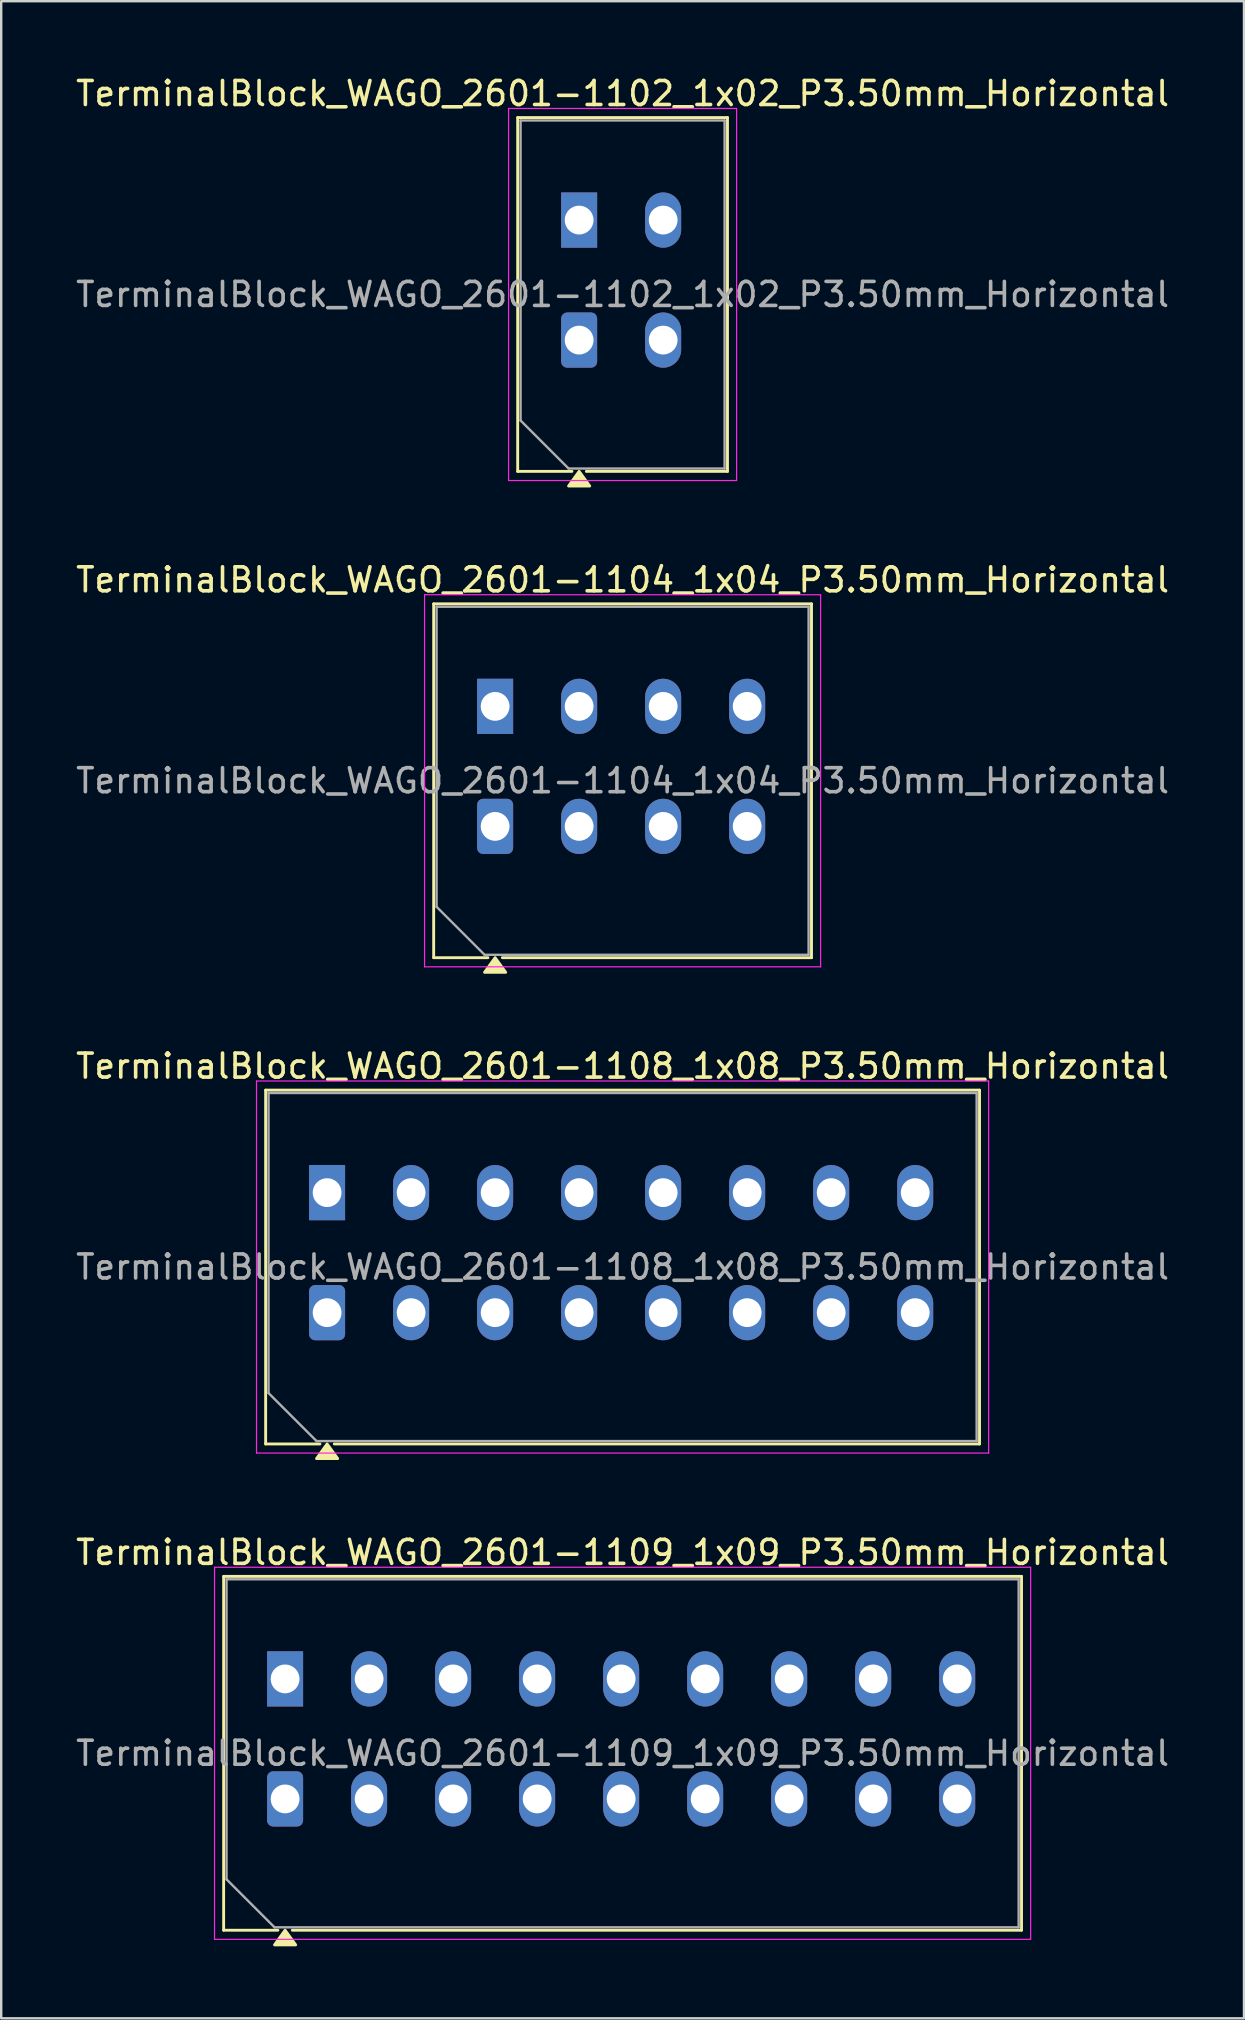
<source format=kicad_pcb>
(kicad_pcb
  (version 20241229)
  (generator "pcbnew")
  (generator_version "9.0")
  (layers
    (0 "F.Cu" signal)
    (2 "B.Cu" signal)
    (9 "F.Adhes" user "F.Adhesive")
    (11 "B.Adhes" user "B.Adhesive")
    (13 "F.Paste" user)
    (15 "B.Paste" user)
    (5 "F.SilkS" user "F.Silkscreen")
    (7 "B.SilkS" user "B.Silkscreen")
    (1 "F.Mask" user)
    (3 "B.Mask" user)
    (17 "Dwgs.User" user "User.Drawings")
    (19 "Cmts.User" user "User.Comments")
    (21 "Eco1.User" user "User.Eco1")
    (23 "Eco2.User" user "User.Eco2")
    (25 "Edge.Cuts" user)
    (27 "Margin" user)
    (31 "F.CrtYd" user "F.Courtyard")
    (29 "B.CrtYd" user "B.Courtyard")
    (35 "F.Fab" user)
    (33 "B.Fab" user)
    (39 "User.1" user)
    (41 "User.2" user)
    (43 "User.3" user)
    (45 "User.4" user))
  (footprint "TerminalBlock_WAGO_2601-1104_1x04_P3.50mm_Horizontal"
    (layer "F.Cu")
    (at 17.577 31.377)
    (property "Reference" "TerminalBlock_WAGO_2601-1104_1x04_P3.50mm_Horizontal" (at 5.31 -10.27 0) (layer "F.SilkS") (effects (font (size 1 1) (thickness 0.15))))
    (attr through_hole)
    (fp_line (start -2.56 -9.27) (end -2.56 5.47) (stroke (width 0.12) (type solid)) (layer "F.SilkS"))
    (fp_line (start -2.56 -9.27) (end 13.18 -9.27) (stroke (width 0.12) (type solid)) (layer "F.SilkS"))
    (fp_line (start -2.56 5.47) (end -0.3 5.47) (stroke (width 0.12) (type solid)) (layer "F.SilkS"))
    (fp_line (start 0.3 5.47) (end 13.18 5.47) (stroke (width 0.12) (type solid)) (layer "F.SilkS"))
    (fp_line (start 13.18 -9.27) (end 13.18 5.47) (stroke (width 0.12) (type solid)) (layer "F.SilkS"))
    (fp_poly (pts (xy 0 5.47) (xy 0.44 6.08) (xy -0.44 6.08)) (stroke (width 0.12) (type solid)) (fill yes) (layer "F.SilkS"))
    (fp_line (start -2.94 -9.65) (end -2.94 5.85) (stroke (width 0.05) (type solid)) (layer "F.CrtYd"))
    (fp_line (start -2.94 5.85) (end 13.56 5.85) (stroke (width 0.05) (type solid)) (layer "F.CrtYd"))
    (fp_line (start 13.56 -9.65) (end -2.94 -9.65) (stroke (width 0.05) (type solid)) (layer "F.CrtYd"))
    (fp_line (start 13.56 5.85) (end 13.56 -9.65) (stroke (width 0.05) (type solid)) (layer "F.CrtYd"))
    (fp_line (start -2.44 -9.15) (end 13.06 -9.15) (stroke (width 0.1) (type solid)) (layer "F.Fab"))
    (fp_line (start -2.44 3.35) (end -2.44 -9.15) (stroke (width 0.1) (type solid)) (layer "F.Fab"))
    (fp_line (start -0.44 5.35) (end -2.44 3.35) (stroke (width 0.1) (type solid)) (layer "F.Fab"))
    (fp_line (start 13.06 -9.15) (end 13.06 5.35) (stroke (width 0.1) (type solid)) (layer "F.Fab"))
    (fp_line (start 13.06 5.35) (end -0.44 5.35) (stroke (width 0.1) (type solid)) (layer "F.Fab"))
    (fp_text user "${REFERENCE}" (at 5.31 -1.9 0) (layer "F.Fab") (effects (font (size 1 1) (thickness 0.15))))
    (pad "1" thru_hole rect (at 0 -5) (size 1.5 2.3) (drill 1.2) (layers "*.Cu" "*.Mask"))
    (pad "1" thru_hole roundrect (at 0 0) (size 1.5 2.3) (drill 1.2) (layers "*.Cu" "*.Mask") (roundrect_rratio 0.167))
    (pad "2" thru_hole oval (at 3.5 -5) (size 1.5 2.3) (drill 1.2) (layers "*.Cu" "*.Mask"))
    (pad "2" thru_hole oval (at 3.5 0) (size 1.5 2.3) (drill 1.2) (layers "*.Cu" "*.Mask"))
    (pad "3" thru_hole oval (at 7 -5) (size 1.5 2.3) (drill 1.2) (layers "*.Cu" "*.Mask"))
    (pad "3" thru_hole oval (at 7 0) (size 1.5 2.3) (drill 1.2) (layers "*.Cu" "*.Mask"))
    (pad "4" thru_hole oval (at 10.5 -5) (size 1.5 2.3) (drill 1.2) (layers "*.Cu" "*.Mask"))
    (pad "4" thru_hole oval (at 10.5 0) (size 1.5 2.3) (drill 1.2) (layers "*.Cu" "*.Mask")))
  (footprint "TerminalBlock_WAGO_2601-1102_1x02_P3.50mm_Horizontal"
    (layer "F.Cu")
    (at 21.077 11.118)
    (property "Reference" "TerminalBlock_WAGO_2601-1102_1x02_P3.50mm_Horizontal" (at 1.81 -10.27 0) (layer "F.SilkS") (effects (font (size 1 1) (thickness 0.15))))
    (attr through_hole)
    (fp_line (start -2.56 -9.27) (end -2.56 5.47) (stroke (width 0.12) (type solid)) (layer "F.SilkS"))
    (fp_line (start -2.56 -9.27) (end 6.18 -9.27) (stroke (width 0.12) (type solid)) (layer "F.SilkS"))
    (fp_line (start -2.56 5.47) (end -0.3 5.47) (stroke (width 0.12) (type solid)) (layer "F.SilkS"))
    (fp_line (start 0.3 5.47) (end 6.18 5.47) (stroke (width 0.12) (type solid)) (layer "F.SilkS"))
    (fp_line (start 6.18 -9.27) (end 6.18 5.47) (stroke (width 0.12) (type solid)) (layer "F.SilkS"))
    (fp_poly (pts (xy 0 5.47) (xy 0.44 6.08) (xy -0.44 6.08)) (stroke (width 0.12) (type solid)) (fill yes) (layer "F.SilkS"))
    (fp_line (start -2.94 -9.65) (end -2.94 5.85) (stroke (width 0.05) (type solid)) (layer "F.CrtYd"))
    (fp_line (start -2.94 5.85) (end 6.56 5.85) (stroke (width 0.05) (type solid)) (layer "F.CrtYd"))
    (fp_line (start 6.56 -9.65) (end -2.94 -9.65) (stroke (width 0.05) (type solid)) (layer "F.CrtYd"))
    (fp_line (start 6.56 5.85) (end 6.56 -9.65) (stroke (width 0.05) (type solid)) (layer "F.CrtYd"))
    (fp_line (start -2.44 -9.15) (end 6.06 -9.15) (stroke (width 0.1) (type solid)) (layer "F.Fab"))
    (fp_line (start -2.44 3.35) (end -2.44 -9.15) (stroke (width 0.1) (type solid)) (layer "F.Fab"))
    (fp_line (start -0.44 5.35) (end -2.44 3.35) (stroke (width 0.1) (type solid)) (layer "F.Fab"))
    (fp_line (start 6.06 -9.15) (end 6.06 5.35) (stroke (width 0.1) (type solid)) (layer "F.Fab"))
    (fp_line (start 6.06 5.35) (end -0.44 5.35) (stroke (width 0.1) (type solid)) (layer "F.Fab"))
    (fp_text user "${REFERENCE}" (at 1.81 -1.9 0) (layer "F.Fab") (effects (font (size 1 1) (thickness 0.15))))
    (pad "1" thru_hole rect (at 0 -5) (size 1.5 2.3) (drill 1.2) (layers "*.Cu" "*.Mask"))
    (pad "1" thru_hole roundrect (at 0 0) (size 1.5 2.3) (drill 1.2) (layers "*.Cu" "*.Mask") (roundrect_rratio 0.167))
    (pad "2" thru_hole oval (at 3.5 -5) (size 1.5 2.3) (drill 1.2) (layers "*.Cu" "*.Mask"))
    (pad "2" thru_hole oval (at 3.5 0) (size 1.5 2.3) (drill 1.2) (layers "*.Cu" "*.Mask")))
  (footprint "TerminalBlock_WAGO_2601-1109_1x09_P3.50mm_Horizontal"
    (layer "F.Cu")
    (at 8.827 71.893)
    (property "Reference" "TerminalBlock_WAGO_2601-1109_1x09_P3.50mm_Horizontal" (at 14.06 -10.27 0) (layer "F.SilkS") (effects (font (size 1 1) (thickness 0.15))))
    (attr through_hole)
    (fp_line (start -2.56 -9.27) (end -2.56 5.47) (stroke (width 0.12) (type solid)) (layer "F.SilkS"))
    (fp_line (start -2.56 -9.27) (end 30.68 -9.27) (stroke (width 0.12) (type solid)) (layer "F.SilkS"))
    (fp_line (start -2.56 5.47) (end -0.3 5.47) (stroke (width 0.12) (type solid)) (layer "F.SilkS"))
    (fp_line (start 0.3 5.47) (end 30.68 5.47) (stroke (width 0.12) (type solid)) (layer "F.SilkS"))
    (fp_line (start 30.68 -9.27) (end 30.68 5.47) (stroke (width 0.12) (type solid)) (layer "F.SilkS"))
    (fp_poly (pts (xy 0 5.47) (xy 0.44 6.08) (xy -0.44 6.08)) (stroke (width 0.12) (type solid)) (fill yes) (layer "F.SilkS"))
    (fp_line (start -2.94 -9.65) (end -2.94 5.85) (stroke (width 0.05) (type solid)) (layer "F.CrtYd"))
    (fp_line (start -2.94 5.85) (end 31.06 5.85) (stroke (width 0.05) (type solid)) (layer "F.CrtYd"))
    (fp_line (start 31.06 -9.65) (end -2.94 -9.65) (stroke (width 0.05) (type solid)) (layer "F.CrtYd"))
    (fp_line (start 31.06 5.85) (end 31.06 -9.65) (stroke (width 0.05) (type solid)) (layer "F.CrtYd"))
    (fp_line (start -2.44 -9.15) (end 30.56 -9.15) (stroke (width 0.1) (type solid)) (layer "F.Fab"))
    (fp_line (start -2.44 3.35) (end -2.44 -9.15) (stroke (width 0.1) (type solid)) (layer "F.Fab"))
    (fp_line (start -0.44 5.35) (end -2.44 3.35) (stroke (width 0.1) (type solid)) (layer "F.Fab"))
    (fp_line (start 30.56 -9.15) (end 30.56 5.35) (stroke (width 0.1) (type solid)) (layer "F.Fab"))
    (fp_line (start 30.56 5.35) (end -0.44 5.35) (stroke (width 0.1) (type solid)) (layer "F.Fab"))
    (fp_text user "${REFERENCE}" (at 14.06 -1.9 0) (layer "F.Fab") (effects (font (size 1 1) (thickness 0.15))))
    (pad "1" thru_hole rect (at 0 -5) (size 1.5 2.3) (drill 1.2) (layers "*.Cu" "*.Mask"))
    (pad "1" thru_hole roundrect (at 0 0) (size 1.5 2.3) (drill 1.2) (layers "*.Cu" "*.Mask") (roundrect_rratio 0.167))
    (pad "2" thru_hole oval (at 3.5 -5) (size 1.5 2.3) (drill 1.2) (layers "*.Cu" "*.Mask"))
    (pad "2" thru_hole oval (at 3.5 0) (size 1.5 2.3) (drill 1.2) (layers "*.Cu" "*.Mask"))
    (pad "3" thru_hole oval (at 7 -5) (size 1.5 2.3) (drill 1.2) (layers "*.Cu" "*.Mask"))
    (pad "3" thru_hole oval (at 7 0) (size 1.5 2.3) (drill 1.2) (layers "*.Cu" "*.Mask"))
    (pad "4" thru_hole oval (at 10.5 -5) (size 1.5 2.3) (drill 1.2) (layers "*.Cu" "*.Mask"))
    (pad "4" thru_hole oval (at 10.5 0) (size 1.5 2.3) (drill 1.2) (layers "*.Cu" "*.Mask"))
    (pad "5" thru_hole oval (at 14 -5) (size 1.5 2.3) (drill 1.2) (layers "*.Cu" "*.Mask"))
    (pad "5" thru_hole oval (at 14 0) (size 1.5 2.3) (drill 1.2) (layers "*.Cu" "*.Mask"))
    (pad "6" thru_hole oval (at 17.5 -5) (size 1.5 2.3) (drill 1.2) (layers "*.Cu" "*.Mask"))
    (pad "6" thru_hole oval (at 17.5 0) (size 1.5 2.3) (drill 1.2) (layers "*.Cu" "*.Mask"))
    (pad "7" thru_hole oval (at 21 -5) (size 1.5 2.3) (drill 1.2) (layers "*.Cu" "*.Mask"))
    (pad "7" thru_hole oval (at 21 0) (size 1.5 2.3) (drill 1.2) (layers "*.Cu" "*.Mask"))
    (pad "8" thru_hole oval (at 24.5 -5) (size 1.5 2.3) (drill 1.2) (layers "*.Cu" "*.Mask"))
    (pad "8" thru_hole oval (at 24.5 0) (size 1.5 2.3) (drill 1.2) (layers "*.Cu" "*.Mask"))
    (pad "9" thru_hole oval (at 28 -5) (size 1.5 2.3) (drill 1.2) (layers "*.Cu" "*.Mask"))
    (pad "9" thru_hole oval (at 28 0) (size 1.5 2.3) (drill 1.2) (layers "*.Cu" "*.Mask")))
  (footprint "TerminalBlock_WAGO_2601-1108_1x08_P3.50mm_Horizontal"
    (layer "F.Cu")
    (at 10.577 51.635)
    (property "Reference" "TerminalBlock_WAGO_2601-1108_1x08_P3.50mm_Horizontal" (at 12.31 -10.27 0) (layer "F.SilkS") (effects (font (size 1 1) (thickness 0.15))))
    (attr through_hole)
    (fp_line (start -2.56 -9.27) (end -2.56 5.47) (stroke (width 0.12) (type solid)) (layer "F.SilkS"))
    (fp_line (start -2.56 -9.27) (end 27.18 -9.27) (stroke (width 0.12) (type solid)) (layer "F.SilkS"))
    (fp_line (start -2.56 5.47) (end -0.3 5.47) (stroke (width 0.12) (type solid)) (layer "F.SilkS"))
    (fp_line (start 0.3 5.47) (end 27.18 5.47) (stroke (width 0.12) (type solid)) (layer "F.SilkS"))
    (fp_line (start 27.18 -9.27) (end 27.18 5.47) (stroke (width 0.12) (type solid)) (layer "F.SilkS"))
    (fp_poly (pts (xy 0 5.47) (xy 0.44 6.08) (xy -0.44 6.08)) (stroke (width 0.12) (type solid)) (fill yes) (layer "F.SilkS"))
    (fp_line (start -2.94 -9.65) (end -2.94 5.85) (stroke (width 0.05) (type solid)) (layer "F.CrtYd"))
    (fp_line (start -2.94 5.85) (end 27.56 5.85) (stroke (width 0.05) (type solid)) (layer "F.CrtYd"))
    (fp_line (start 27.56 -9.65) (end -2.94 -9.65) (stroke (width 0.05) (type solid)) (layer "F.CrtYd"))
    (fp_line (start 27.56 5.85) (end 27.56 -9.65) (stroke (width 0.05) (type solid)) (layer "F.CrtYd"))
    (fp_line (start -2.44 -9.15) (end 27.06 -9.15) (stroke (width 0.1) (type solid)) (layer "F.Fab"))
    (fp_line (start -2.44 3.35) (end -2.44 -9.15) (stroke (width 0.1) (type solid)) (layer "F.Fab"))
    (fp_line (start -0.44 5.35) (end -2.44 3.35) (stroke (width 0.1) (type solid)) (layer "F.Fab"))
    (fp_line (start 27.06 -9.15) (end 27.06 5.35) (stroke (width 0.1) (type solid)) (layer "F.Fab"))
    (fp_line (start 27.06 5.35) (end -0.44 5.35) (stroke (width 0.1) (type solid)) (layer "F.Fab"))
    (fp_text user "${REFERENCE}" (at 12.31 -1.9 0) (layer "F.Fab") (effects (font (size 1 1) (thickness 0.15))))
    (pad "1" thru_hole rect (at 0 -5) (size 1.5 2.3) (drill 1.2) (layers "*.Cu" "*.Mask"))
    (pad "1" thru_hole roundrect (at 0 0) (size 1.5 2.3) (drill 1.2) (layers "*.Cu" "*.Mask") (roundrect_rratio 0.167))
    (pad "2" thru_hole oval (at 3.5 -5) (size 1.5 2.3) (drill 1.2) (layers "*.Cu" "*.Mask"))
    (pad "2" thru_hole oval (at 3.5 0) (size 1.5 2.3) (drill 1.2) (layers "*.Cu" "*.Mask"))
    (pad "3" thru_hole oval (at 7 -5) (size 1.5 2.3) (drill 1.2) (layers "*.Cu" "*.Mask"))
    (pad "3" thru_hole oval (at 7 0) (size 1.5 2.3) (drill 1.2) (layers "*.Cu" "*.Mask"))
    (pad "4" thru_hole oval (at 10.5 -5) (size 1.5 2.3) (drill 1.2) (layers "*.Cu" "*.Mask"))
    (pad "4" thru_hole oval (at 10.5 0) (size 1.5 2.3) (drill 1.2) (layers "*.Cu" "*.Mask"))
    (pad "5" thru_hole oval (at 14 -5) (size 1.5 2.3) (drill 1.2) (layers "*.Cu" "*.Mask"))
    (pad "5" thru_hole oval (at 14 0) (size 1.5 2.3) (drill 1.2) (layers "*.Cu" "*.Mask"))
    (pad "6" thru_hole oval (at 17.5 -5) (size 1.5 2.3) (drill 1.2) (layers "*.Cu" "*.Mask"))
    (pad "6" thru_hole oval (at 17.5 0) (size 1.5 2.3) (drill 1.2) (layers "*.Cu" "*.Mask"))
    (pad "7" thru_hole oval (at 21 -5) (size 1.5 2.3) (drill 1.2) (layers "*.Cu" "*.Mask"))
    (pad "7" thru_hole oval (at 21 0) (size 1.5 2.3) (drill 1.2) (layers "*.Cu" "*.Mask"))
    (pad "8" thru_hole oval (at 24.5 -5) (size 1.5 2.3) (drill 1.2) (layers "*.Cu" "*.Mask"))
    (pad "8" thru_hole oval (at 24.5 0) (size 1.5 2.3) (drill 1.2) (layers "*.Cu" "*.Mask")))
  (gr_rect
    (start -3 -3)
    (end 48.774 81.033)
    (stroke (width 0.1) (type default))
    (fill no)
    (layer "Edge.Cuts")))
</source>
